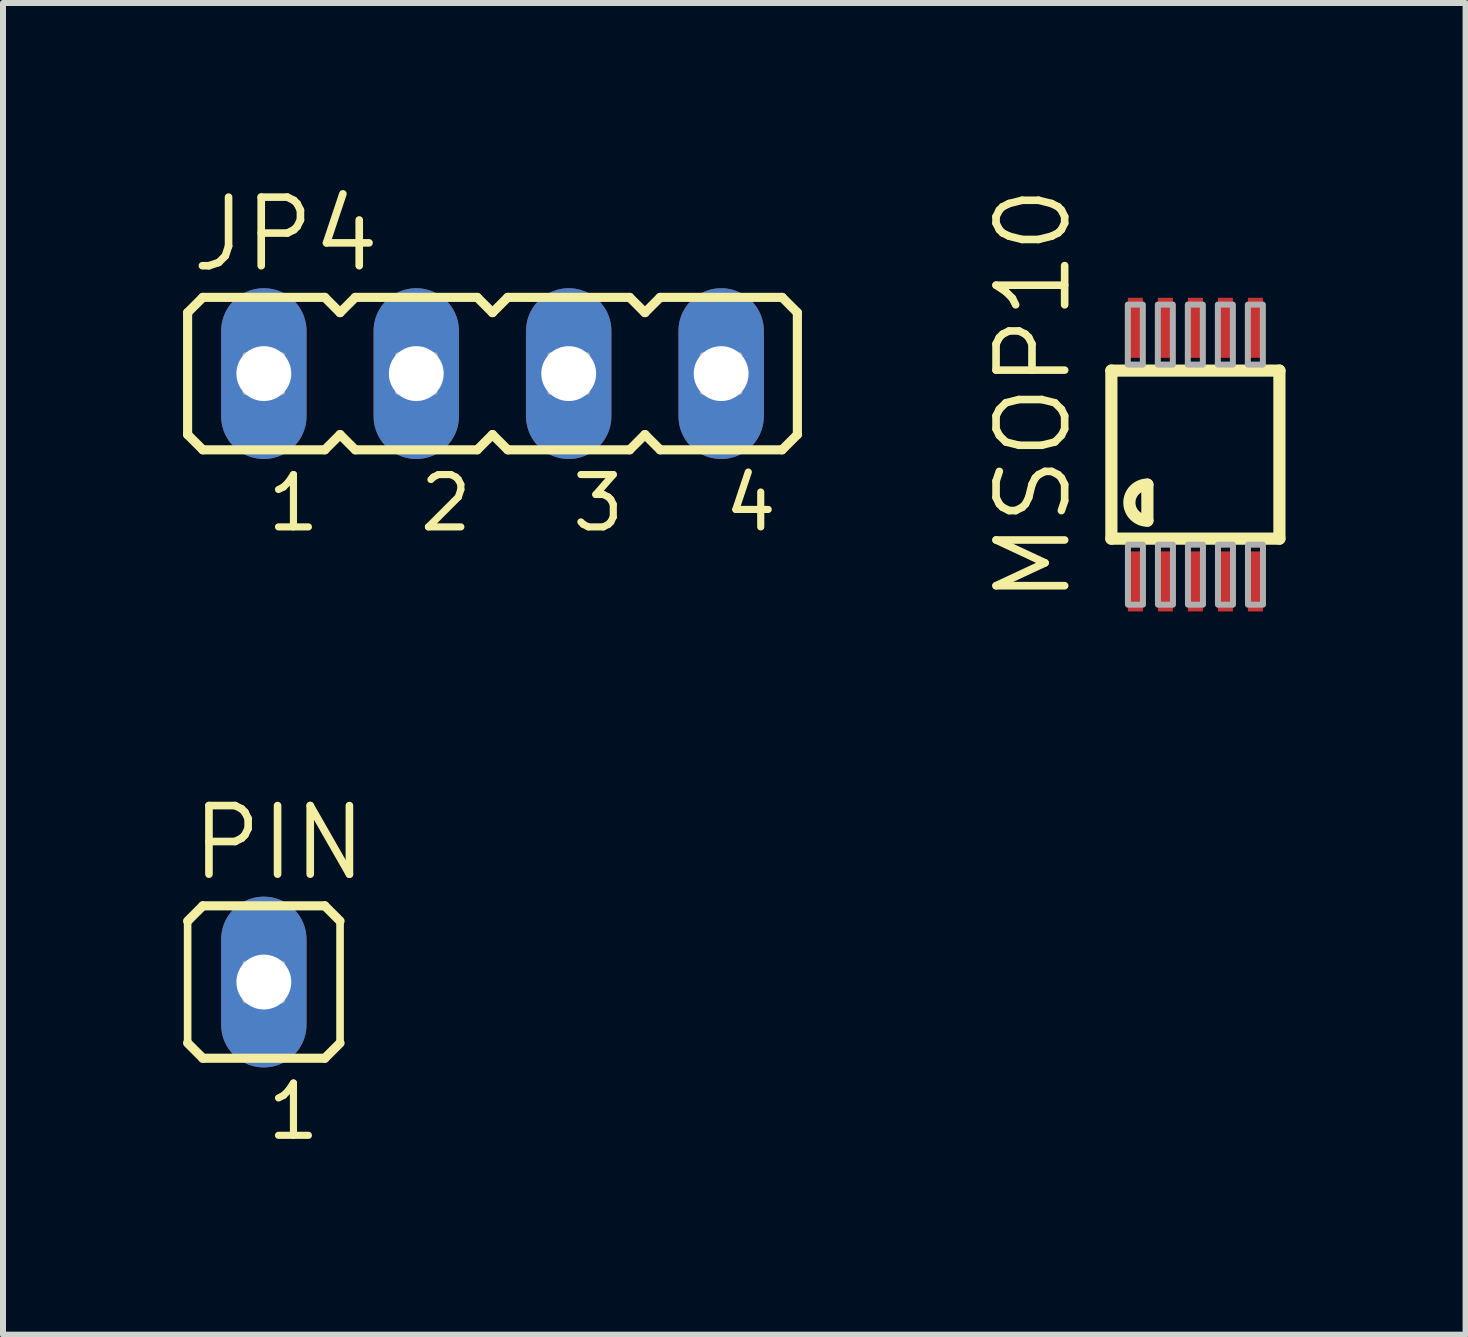
<source format=kicad_pcb>
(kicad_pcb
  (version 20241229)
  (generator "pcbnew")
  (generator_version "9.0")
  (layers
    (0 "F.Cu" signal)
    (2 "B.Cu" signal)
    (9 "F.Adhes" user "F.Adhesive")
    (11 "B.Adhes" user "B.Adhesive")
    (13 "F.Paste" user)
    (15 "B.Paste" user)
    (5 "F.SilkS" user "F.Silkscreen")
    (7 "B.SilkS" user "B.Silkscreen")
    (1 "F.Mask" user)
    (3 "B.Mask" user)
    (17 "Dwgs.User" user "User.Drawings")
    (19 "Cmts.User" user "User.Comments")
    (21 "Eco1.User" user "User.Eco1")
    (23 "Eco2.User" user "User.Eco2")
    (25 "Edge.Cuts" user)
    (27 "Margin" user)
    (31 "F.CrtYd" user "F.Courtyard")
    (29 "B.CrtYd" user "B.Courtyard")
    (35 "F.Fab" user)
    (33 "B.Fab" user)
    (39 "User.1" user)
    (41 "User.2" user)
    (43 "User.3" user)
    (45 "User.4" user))
  (footprint "JP4"
    (layer "F.Cu")
    (at 5.156 3.175)
    (property "Reference" "JP4" (at -5.08 -1.651 0) (unlocked yes) (layer "F.SilkS") (effects (font (size 1.143 1.143) (thickness 0.127)) (justify left bottom)))
    (fp_line (start -5.08 -1.016) (end -4.826 -1.27) (stroke (width 0.152) (type solid)) (layer "F.SilkS"))
    (fp_line (start -5.08 1.016) (end -5.08 -1.016) (stroke (width 0.152) (type solid)) (layer "F.SilkS"))
    (fp_line (start -5.08 1.016) (end -4.826 1.27) (stroke (width 0.152) (type solid)) (layer "F.SilkS"))
    (fp_line (start -2.794 -1.27) (end -4.826 -1.27) (stroke (width 0.152) (type solid)) (layer "F.SilkS"))
    (fp_line (start -2.794 -1.27) (end -2.54 -1.016) (stroke (width 0.152) (type solid)) (layer "F.SilkS"))
    (fp_line (start -2.794 1.27) (end -4.826 1.27) (stroke (width 0.152) (type solid)) (layer "F.SilkS"))
    (fp_line (start -2.794 1.27) (end -2.54 1.016) (stroke (width 0.152) (type solid)) (layer "F.SilkS"))
    (fp_line (start -2.54 -1.016) (end -2.286 -1.27) (stroke (width 0.152) (type solid)) (layer "F.SilkS"))
    (fp_line (start -2.54 1.016) (end -2.286 1.27) (stroke (width 0.152) (type solid)) (layer "F.SilkS"))
    (fp_line (start -0.254 -1.27) (end -2.286 -1.27) (stroke (width 0.152) (type solid)) (layer "F.SilkS"))
    (fp_line (start -0.254 -1.27) (end 0 -1.016) (stroke (width 0.152) (type solid)) (layer "F.SilkS"))
    (fp_line (start -0.254 1.27) (end -2.286 1.27) (stroke (width 0.152) (type solid)) (layer "F.SilkS"))
    (fp_line (start -0.254 1.27) (end 0 1.016) (stroke (width 0.152) (type solid)) (layer "F.SilkS"))
    (fp_line (start 0 -1.016) (end 0.254 -1.27) (stroke (width 0.152) (type solid)) (layer "F.SilkS"))
    (fp_line (start 0 1.016) (end 0.254 1.27) (stroke (width 0.152) (type solid)) (layer "F.SilkS"))
    (fp_line (start 2.286 -1.27) (end 0.254 -1.27) (stroke (width 0.152) (type solid)) (layer "F.SilkS"))
    (fp_line (start 2.286 -1.27) (end 2.54 -1.016) (stroke (width 0.152) (type solid)) (layer "F.SilkS"))
    (fp_line (start 2.286 1.27) (end 0.254 1.27) (stroke (width 0.152) (type solid)) (layer "F.SilkS"))
    (fp_line (start 2.286 1.27) (end 2.54 1.016) (stroke (width 0.152) (type solid)) (layer "F.SilkS"))
    (fp_line (start 2.54 -1.016) (end 2.794 -1.27) (stroke (width 0.152) (type solid)) (layer "F.SilkS"))
    (fp_line (start 2.54 1.016) (end 2.794 1.27) (stroke (width 0.152) (type solid)) (layer "F.SilkS"))
    (fp_line (start 4.826 -1.27) (end 2.794 -1.27) (stroke (width 0.152) (type solid)) (layer "F.SilkS"))
    (fp_line (start 4.826 -1.27) (end 5.08 -1.016) (stroke (width 0.152) (type solid)) (layer "F.SilkS"))
    (fp_line (start 4.826 1.27) (end 2.794 1.27) (stroke (width 0.152) (type solid)) (layer "F.SilkS"))
    (fp_line (start 4.826 1.27) (end 5.08 1.016) (stroke (width 0.152) (type solid)) (layer "F.SilkS"))
    (fp_line (start 5.08 -1.016) (end 5.08 1.016) (stroke (width 0.152) (type solid)) (layer "F.SilkS"))
    (fp_poly (pts (xy -4.115 0.305) (xy -3.505 0.305) (xy -3.505 -0.305) (xy -4.115 -0.305)) (stroke (width 0.1) (type default)) (fill no) (layer "F.Fab"))
    (fp_poly (pts (xy -1.575 0.305) (xy -0.965 0.305) (xy -0.965 -0.305) (xy -1.575 -0.305)) (stroke (width 0.1) (type default)) (fill no) (layer "F.Fab"))
    (fp_poly (pts (xy 0.965 0.305) (xy 1.575 0.305) (xy 1.575 -0.305) (xy 0.965 -0.305)) (stroke (width 0.1) (type default)) (fill no) (layer "F.Fab"))
    (fp_poly (pts (xy 3.505 0.305) (xy 4.115 0.305) (xy 4.115 -0.305) (xy 3.505 -0.305)) (stroke (width 0.1) (type default)) (fill no) (layer "F.Fab"))
    (fp_text user "3" (at 1.27 2.667 0) (unlocked yes) (layer "F.SilkS") (effects (font (size 0.872 0.872) (thickness 0.119)) (justify left bottom)))
    (fp_text user "2" (at -1.27 2.667 0) (unlocked yes) (layer "F.SilkS") (effects (font (size 0.872 0.872) (thickness 0.119)) (justify left bottom)))
    (fp_text user "1" (at -3.81 2.667 0) (unlocked yes) (layer "F.SilkS") (effects (font (size 0.872 0.872) (thickness 0.119)) (justify left bottom)))
    (fp_text user "4" (at 3.81 2.667 0) (unlocked yes) (layer "F.SilkS") (effects (font (size 0.872 0.872) (thickness 0.119)) (justify left bottom)))
    (pad "1" thru_hole oval (at -3.81 0 90) (size 2.845 1.422) (drill 0.914) (layers "*.Cu" "*.Mask"))
    (pad "2" thru_hole oval (at -1.27 0 90) (size 2.845 1.422) (drill 0.914) (layers "*.Cu" "*.Mask"))
    (pad "3" thru_hole oval (at 1.27 0 90) (size 2.845 1.422) (drill 0.914) (layers "*.Cu" "*.Mask"))
    (pad "4" thru_hole oval (at 3.81 0 90) (size 2.845 1.422) (drill 0.914) (layers "*.Cu" "*.Mask")))
  (footprint "MSOP10"
    (layer "F.Cu")
    (at 16.868 4.525)
    (property "Reference" "MSOP10" (at -2.032 2.54 90) (unlocked yes) (layer "F.SilkS") (effects (font (size 1.143 1.143) (thickness 0.127)) (justify left bottom)))
    (fp_line (start -1.4 -1.4) (end 1.4 -1.4) (stroke (width 0.203) (type solid)) (layer "F.SilkS"))
    (fp_line (start -1.4 1.4) (end -1.4 -1.4) (stroke (width 0.203) (type solid)) (layer "F.SilkS"))
    (fp_line (start -0.8 0.5) (end -0.8 1.1) (stroke (width 0.203) (type solid)) (layer "F.SilkS"))
    (fp_line (start 1.4 -1.4) (end 1.4 1.4) (stroke (width 0.203) (type solid)) (layer "F.SilkS"))
    (fp_line (start 1.4 1.4) (end -1.4 1.4) (stroke (width 0.203) (type solid)) (layer "F.SilkS"))
    (fp_arc (start -0.8 1.1) (mid -1.1 0.8) (end -0.8 0.5) (stroke (width 0.2032) (type solid)) (layer "F.SilkS"))
    (fp_poly (pts (xy -1.124 2.5) (xy -0.874 2.5) (xy -0.874 1.5) (xy -1.124 1.5)) (stroke (width 0.1) (type default)) (fill no) (layer "F.Fab"))
    (fp_poly (pts (xy -0.876 -2.5) (xy -1.126 -2.5) (xy -1.126 -1.5) (xy -0.876 -1.5)) (stroke (width 0.1) (type default)) (fill no) (layer "F.Fab"))
    (fp_poly (pts (xy -0.624 2.5) (xy -0.374 2.5) (xy -0.374 1.5) (xy -0.624 1.5)) (stroke (width 0.1) (type default)) (fill no) (layer "F.Fab"))
    (fp_poly (pts (xy -0.376 -2.5) (xy -0.626 -2.5) (xy -0.626 -1.5) (xy -0.376 -1.5)) (stroke (width 0.1) (type default)) (fill no) (layer "F.Fab"))
    (fp_poly (pts (xy -0.124 2.5) (xy 0.126 2.5) (xy 0.126 1.5) (xy -0.124 1.5)) (stroke (width 0.1) (type default)) (fill no) (layer "F.Fab"))
    (fp_poly (pts (xy 0.124 -2.5) (xy -0.126 -2.5) (xy -0.126 -1.5) (xy 0.124 -1.5)) (stroke (width 0.1) (type default)) (fill no) (layer "F.Fab"))
    (fp_poly (pts (xy 0.376 2.5) (xy 0.626 2.5) (xy 0.626 1.5) (xy 0.376 1.5)) (stroke (width 0.1) (type default)) (fill no) (layer "F.Fab"))
    (fp_poly (pts (xy 0.624 -2.5) (xy 0.374 -2.5) (xy 0.374 -1.5) (xy 0.624 -1.5)) (stroke (width 0.1) (type default)) (fill no) (layer "F.Fab"))
    (fp_poly (pts (xy 0.876 2.5) (xy 1.126 2.5) (xy 1.126 1.5) (xy 0.876 1.5)) (stroke (width 0.1) (type default)) (fill no) (layer "F.Fab"))
    (fp_poly (pts (xy 1.124 -2.5) (xy 0.874 -2.5) (xy 0.874 -1.5) (xy 1.124 -1.5)) (stroke (width 0.1) (type default)) (fill no) (layer "F.Fab"))
    (pad "1" smd rect (at -1 2.113) (size 0.25 1) (layers "F.Cu" "F.Mask" "F.Paste"))
    (pad "2" smd rect (at -0.5 2.113) (size 0.25 1) (layers "F.Cu" "F.Mask" "F.Paste"))
    (pad "3" smd rect (at 0 2.113) (size 0.25 1) (layers "F.Cu" "F.Mask" "F.Paste"))
    (pad "4" smd rect (at 0.5 2.113) (size 0.25 1) (layers "F.Cu" "F.Mask" "F.Paste"))
    (pad "5" smd rect (at 1 2.113) (size 0.25 1) (layers "F.Cu" "F.Mask" "F.Paste"))
    (pad "6" smd rect (at 1 -2.113 180) (size 0.25 1) (layers "F.Cu" "F.Mask" "F.Paste"))
    (pad "7" smd rect (at 0.5 -2.113 180) (size 0.25 1) (layers "F.Cu" "F.Mask" "F.Paste"))
    (pad "8" smd rect (at 0 -2.113 180) (size 0.25 1) (layers "F.Cu" "F.Mask" "F.Paste"))
    (pad "9" smd rect (at -0.5 -2.113 180) (size 0.25 1) (layers "F.Cu" "F.Mask" "F.Paste"))
    (pad "10" smd rect (at -1 -2.113 180) (size 0.25 1) (layers "F.Cu" "F.Mask" "F.Paste")))
  (footprint "PIN"
    (layer "F.Cu")
    (at 1.346 13.313)
    (property "Reference" "PIN" (at -1.27 -1.651 0) (unlocked yes) (layer "F.SilkS") (effects (font (size 1.143 1.143) (thickness 0.127)) (justify left bottom)))
    (fp_line (start -1.27 -1.016) (end -1.27 1.016) (stroke (width 0.127) (type solid)) (layer "F.SilkS"))
    (fp_line (start -1.27 -1.016) (end -1.016 -1.27) (stroke (width 0.152) (type solid)) (layer "F.SilkS"))
    (fp_line (start -1.27 1.016) (end -1.016 1.27) (stroke (width 0.152) (type solid)) (layer "F.SilkS"))
    (fp_line (start 1.016 -1.27) (end -1.016 -1.27) (stroke (width 0.152) (type solid)) (layer "F.SilkS"))
    (fp_line (start 1.016 -1.27) (end 1.27 -1.016) (stroke (width 0.152) (type solid)) (layer "F.SilkS"))
    (fp_line (start 1.016 1.27) (end -1.016 1.27) (stroke (width 0.152) (type solid)) (layer "F.SilkS"))
    (fp_line (start 1.016 1.27) (end 1.27 1.016) (stroke (width 0.152) (type solid)) (layer "F.SilkS"))
    (fp_line (start 1.27 -1.016) (end 1.27 1.016) (stroke (width 0.127) (type solid)) (layer "F.SilkS"))
    (fp_poly (pts (xy -0.305 0.305) (xy 0.305 0.305) (xy 0.305 -0.305) (xy -0.305 -0.305)) (stroke (width 0.1) (type default)) (fill no) (layer "F.Fab"))
    (fp_text user "1" (at 0 2.667 0) (unlocked yes) (layer "F.SilkS") (effects (font (size 0.872 0.872) (thickness 0.119)) (justify left bottom)))
    (pad "1" thru_hole oval (at 0 0 90) (size 2.845 1.422) (drill 0.914) (layers "*.Cu" "*.Mask")))
  (gr_rect
    (start -3 -3)
    (end 21.37 19.189)
    (stroke (width 0.1) (type default))
    (fill no)
    (layer "Edge.Cuts")))
</source>
